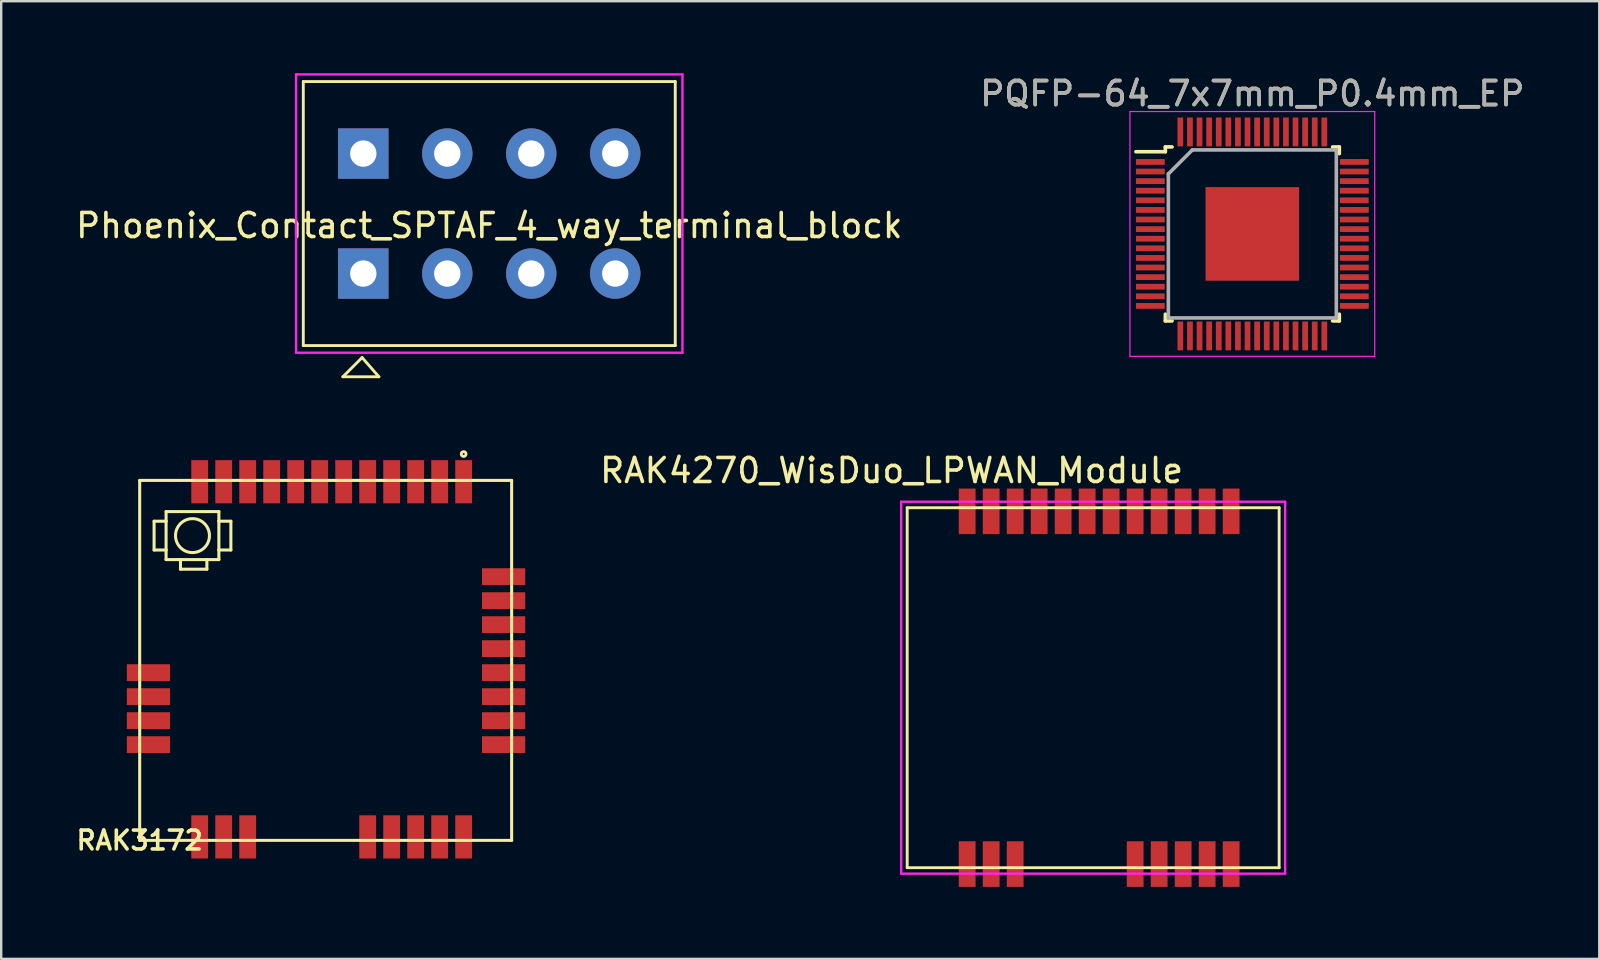
<source format=kicad_pcb>
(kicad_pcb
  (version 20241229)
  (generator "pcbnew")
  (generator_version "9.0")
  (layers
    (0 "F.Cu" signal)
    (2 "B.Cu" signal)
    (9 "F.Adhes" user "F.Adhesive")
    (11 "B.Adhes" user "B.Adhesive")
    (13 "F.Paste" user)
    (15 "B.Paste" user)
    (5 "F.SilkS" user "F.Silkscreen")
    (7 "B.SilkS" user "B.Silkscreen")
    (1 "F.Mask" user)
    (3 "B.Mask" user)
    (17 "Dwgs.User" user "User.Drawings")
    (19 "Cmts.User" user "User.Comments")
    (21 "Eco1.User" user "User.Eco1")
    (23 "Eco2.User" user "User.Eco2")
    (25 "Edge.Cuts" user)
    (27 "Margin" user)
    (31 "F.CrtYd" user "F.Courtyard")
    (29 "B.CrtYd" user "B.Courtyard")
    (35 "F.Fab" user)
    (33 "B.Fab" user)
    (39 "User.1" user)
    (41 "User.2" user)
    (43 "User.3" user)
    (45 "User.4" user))
  (footprint "RAK3172"
    (layer "F.Cu")
    (at 2.771 31.97)
    (property "Reference" "RAK3172" (at 0 0 0) (layer "F.SilkS") (effects (font (size 0.787 0.787) (thickness 0.15))))
    (attr smd)
    (fp_line (start 0 -15) (end 0 0) (stroke (width 0.127) (type solid)) (layer "F.SilkS"))
    (fp_line (start 0 0) (end 15.5 0) (stroke (width 0.127) (type solid)) (layer "F.SilkS"))
    (fp_line (start 0.6 -13.3) (end 1.1 -13.3) (stroke (width 0.127) (type solid)) (layer "F.SilkS"))
    (fp_line (start 0.6 -12.1) (end 0.6 -13.3) (stroke (width 0.127) (type solid)) (layer "F.SilkS"))
    (fp_line (start 1.1 -13.7) (end 3.3 -13.7) (stroke (width 0.127) (type solid)) (layer "F.SilkS"))
    (fp_line (start 1.1 -13.3) (end 1.1 -13.7) (stroke (width 0.127) (type solid)) (layer "F.SilkS"))
    (fp_line (start 1.1 -12.1) (end 0.6 -12.1) (stroke (width 0.127) (type solid)) (layer "F.SilkS"))
    (fp_line (start 1.1 -12.1) (end 1.1 -13.3) (stroke (width 0.127) (type solid)) (layer "F.SilkS"))
    (fp_line (start 1.1 -11.7) (end 1.1 -12.1) (stroke (width 0.127) (type solid)) (layer "F.SilkS"))
    (fp_line (start 1.7 -11.7) (end 1.1 -11.7) (stroke (width 0.127) (type solid)) (layer "F.SilkS"))
    (fp_line (start 1.7 -11.3) (end 1.7 -11.7) (stroke (width 0.127) (type solid)) (layer "F.SilkS"))
    (fp_line (start 1.7 -11.3) (end 2.8 -11.3) (stroke (width 0.127) (type solid)) (layer "F.SilkS"))
    (fp_line (start 2.8 -11.7) (end 1.7 -11.7) (stroke (width 0.127) (type solid)) (layer "F.SilkS"))
    (fp_line (start 2.8 -11.3) (end 2.8 -11.7) (stroke (width 0.127) (type solid)) (layer "F.SilkS"))
    (fp_line (start 3.3 -13.7) (end 3.3 -13.3) (stroke (width 0.127) (type solid)) (layer "F.SilkS"))
    (fp_line (start 3.3 -13.3) (end 3.3 -12.1) (stroke (width 0.127) (type solid)) (layer "F.SilkS"))
    (fp_line (start 3.3 -12.1) (end 3.3 -11.7) (stroke (width 0.127) (type solid)) (layer "F.SilkS"))
    (fp_line (start 3.3 -11.7) (end 2.8 -11.7) (stroke (width 0.127) (type solid)) (layer "F.SilkS"))
    (fp_line (start 3.8 -13.3) (end 3.3 -13.3) (stroke (width 0.127) (type solid)) (layer "F.SilkS"))
    (fp_line (start 3.8 -13.3) (end 3.8 -12.1) (stroke (width 0.127) (type solid)) (layer "F.SilkS"))
    (fp_line (start 3.8 -12.1) (end 3.3 -12.1) (stroke (width 0.127) (type solid)) (layer "F.SilkS"))
    (fp_line (start 15.5 -15) (end 0 -15) (stroke (width 0.127) (type solid)) (layer "F.SilkS"))
    (fp_line (start 15.5 0) (end 15.5 -15) (stroke (width 0.127) (type solid)) (layer "F.SilkS"))
    (fp_circle (center 2.2 -12.7) (end 2.907 -12.7) (stroke (width 0.127) (type solid)) (fill no) (layer "F.SilkS"))
    (fp_circle (center 13.5 -16.1) (end 13.6 -16.1) (stroke (width 0.12) (type solid)) (fill no) (layer "F.SilkS"))
    (pad "1" smd rect (at 13.5 -14.945 90) (size 1.8 0.7) (layers "F.Cu" "F.Mask" "F.Paste"))
    (pad "2" smd rect (at 12.5 -14.945 90) (size 1.8 0.7) (layers "F.Cu" "F.Mask" "F.Paste"))
    (pad "3" smd rect (at 11.5 -14.945 90) (size 1.8 0.7) (layers "F.Cu" "F.Mask" "F.Paste"))
    (pad "4" smd rect (at 10.5 -14.945 90) (size 1.8 0.7) (layers "F.Cu" "F.Mask" "F.Paste"))
    (pad "5" smd rect (at 9.5 -14.945 90) (size 1.8 0.7) (layers "F.Cu" "F.Mask" "F.Paste"))
    (pad "6" smd rect (at 8.5 -14.945 90) (size 1.8 0.7) (layers "F.Cu" "F.Mask" "F.Paste"))
    (pad "7" smd rect (at 7.5 -14.945 90) (size 1.8 0.7) (layers "F.Cu" "F.Mask" "F.Paste"))
    (pad "8" smd rect (at 6.5 -14.945 90) (size 1.8 0.7) (layers "F.Cu" "F.Mask" "F.Paste"))
    (pad "9" smd rect (at 5.5 -14.945 90) (size 1.8 0.7) (layers "F.Cu" "F.Mask" "F.Paste"))
    (pad "10" smd rect (at 4.5 -14.945 90) (size 1.8 0.7) (layers "F.Cu" "F.Mask" "F.Paste"))
    (pad "11" smd rect (at 3.5 -14.945 90) (size 1.8 0.7) (layers "F.Cu" "F.Mask" "F.Paste"))
    (pad "12" smd rect (at 2.5 -14.945 90) (size 1.8 0.7) (layers "F.Cu" "F.Mask" "F.Paste"))
    (pad "13" smd rect (at 0.365 -6.99 180) (size 1.8 0.7) (layers "F.Cu" "F.Mask" "F.Paste"))
    (pad "14" smd rect (at 0.365 -5.99 180) (size 1.8 0.7) (layers "F.Cu" "F.Mask" "F.Paste"))
    (pad "15" smd rect (at 0.365 -4.99 180) (size 1.8 0.7) (layers "F.Cu" "F.Mask" "F.Paste"))
    (pad "16" smd rect (at 0.365 -3.99 180) (size 1.8 0.7) (layers "F.Cu" "F.Mask" "F.Paste"))
    (pad "17" smd rect (at 2.5 -0.145 90) (size 1.8 0.7) (layers "F.Cu" "F.Mask" "F.Paste"))
    (pad "18" smd rect (at 3.5 -0.145 90) (size 1.8 0.7) (layers "F.Cu" "F.Mask" "F.Paste"))
    (pad "19" smd rect (at 4.5 -0.145 90) (size 1.8 0.7) (layers "F.Cu" "F.Mask" "F.Paste"))
    (pad "20" smd rect (at 9.5 -0.145 90) (size 1.8 0.7) (layers "F.Cu" "F.Mask" "F.Paste"))
    (pad "21" smd rect (at 10.5 -0.145 90) (size 1.8 0.7) (layers "F.Cu" "F.Mask" "F.Paste"))
    (pad "22" smd rect (at 11.5 -0.145 90) (size 1.8 0.7) (layers "F.Cu" "F.Mask" "F.Paste"))
    (pad "23" smd rect (at 12.5 -0.145 90) (size 1.8 0.7) (layers "F.Cu" "F.Mask" "F.Paste"))
    (pad "24" smd rect (at 13.5 -0.145 90) (size 1.8 0.7) (layers "F.Cu" "F.Mask" "F.Paste"))
    (pad "25" smd rect (at 15.165 -3.99 180) (size 1.8 0.7) (layers "F.Cu" "F.Mask" "F.Paste"))
    (pad "26" smd rect (at 15.165 -4.99 180) (size 1.8 0.7) (layers "F.Cu" "F.Mask" "F.Paste"))
    (pad "27" smd rect (at 15.165 -5.99 180) (size 1.8 0.7) (layers "F.Cu" "F.Mask" "F.Paste"))
    (pad "28" smd rect (at 15.165 -6.99 180) (size 1.8 0.7) (layers "F.Cu" "F.Mask" "F.Paste"))
    (pad "29" smd rect (at 15.165 -7.99 180) (size 1.8 0.7) (layers "F.Cu" "F.Mask" "F.Paste"))
    (pad "30" smd rect (at 15.165 -8.99 180) (size 1.8 0.7) (layers "F.Cu" "F.Mask" "F.Paste"))
    (pad "31" smd rect (at 15.165 -9.99 180) (size 1.8 0.7) (layers "F.Cu" "F.Mask" "F.Paste"))
    (pad "32" smd rect (at 15.165 -10.99 180) (size 1.8 0.7) (layers "F.Cu" "F.Mask" "F.Paste")))
  (footprint "Phoenix_Contact_SPTAF_4_way_terminal_block"
    (layer "F.Cu")
    (at 17.339 5.85)
    (property "Reference" "Phoenix_Contact_SPTAF_4_way_terminal_block" (at 0 0.5 0) (layer "F.SilkS") (effects (font (size 1 1) (thickness 0.15))))
    (attr through_hole)
    (fp_line (start -7.75 -5.5) (end 7.75 -5.5) (stroke (width 0.12) (type solid)) (layer "F.SilkS"))
    (fp_line (start -7.75 5.5) (end -7.75 -5.5) (stroke (width 0.12) (type solid)) (layer "F.SilkS"))
    (fp_line (start -7.75 5.5) (end 7.75 5.5) (stroke (width 0.12) (type solid)) (layer "F.SilkS"))
    (fp_line (start -6.1 6.8) (end -4.6 6.8) (stroke (width 0.12) (type solid)) (layer "F.SilkS"))
    (fp_line (start -5.3 6) (end -6.1 6.8) (stroke (width 0.12) (type solid)) (layer "F.SilkS"))
    (fp_line (start -4.6 6.8) (end -5.3 6) (stroke (width 0.12) (type solid)) (layer "F.SilkS"))
    (fp_line (start 7.75 5.5) (end 7.75 -5.5) (stroke (width 0.12) (type solid)) (layer "F.SilkS"))
    (fp_line (start -8.05 -5.8) (end 8.05 -5.8) (stroke (width 0.1) (type solid)) (layer "F.CrtYd"))
    (fp_line (start -8.05 5.8) (end -8.05 -5.8) (stroke (width 0.1) (type solid)) (layer "F.CrtYd"))
    (fp_line (start -8.05 5.8) (end 8.05 5.8) (stroke (width 0.1) (type solid)) (layer "F.CrtYd"))
    (fp_line (start 8.05 5.8) (end 8.05 -5.8) (stroke (width 0.1) (type solid)) (layer "F.CrtYd"))
    (pad "1" thru_hole rect (at -5.25 -2.5) (size 2.1 2.1) (drill 1.1) (layers "*.Cu" "*.Mask"))
    (pad "1" thru_hole rect (at -5.25 2.5) (size 2.1 2.1) (drill 1.1) (layers "*.Cu" "*.Mask"))
    (pad "2" thru_hole circle (at -1.75 -2.5) (size 2.1 2.1) (drill 1.1) (layers "*.Cu" "*.Mask"))
    (pad "2" thru_hole circle (at -1.75 2.5) (size 2.1 2.1) (drill 1.1) (layers "*.Cu" "*.Mask"))
    (pad "3" thru_hole circle (at 1.75 -2.5) (size 2.1 2.1) (drill 1.1) (layers "*.Cu" "*.Mask"))
    (pad "3" thru_hole circle (at 1.75 2.5) (size 2.1 2.1) (drill 1.1) (layers "*.Cu" "*.Mask"))
    (pad "4" thru_hole circle (at 5.25 -2.5) (size 2.1 2.1) (drill 1.1) (layers "*.Cu" "*.Mask"))
    (pad "4" thru_hole circle (at 5.25 2.5) (size 2.1 2.1) (drill 1.1) (layers "*.Cu" "*.Mask")))
  (footprint "PQFP-64_7x7mm_P0.4mm_EP"
    (layer "F.Cu")
    (at 49.137 6.698)
    (property "Reference" "PQFP-64_7x7mm_P0.4mm_EP" (at 0 -5.85 0) (layer "F.SilkS") (effects (font (size 1 1) (thickness 0.15))))
    (attr smd)
    (fp_line (start -3.625 -3.625) (end -3.625 -3.425) (stroke (width 0.15) (type solid)) (layer "F.SilkS"))
    (fp_line (start -3.625 -3.625) (end -3.345 -3.625) (stroke (width 0.15) (type solid)) (layer "F.SilkS"))
    (fp_line (start -3.625 -3.425) (end -4.85 -3.425) (stroke (width 0.15) (type solid)) (layer "F.SilkS"))
    (fp_line (start -3.625 3.625) (end -3.625 3.345) (stroke (width 0.15) (type solid)) (layer "F.SilkS"))
    (fp_line (start -3.625 3.625) (end -3.345 3.625) (stroke (width 0.15) (type solid)) (layer "F.SilkS"))
    (fp_line (start 3.625 -3.625) (end 3.345 -3.625) (stroke (width 0.15) (type solid)) (layer "F.SilkS"))
    (fp_line (start 3.625 -3.625) (end 3.625 -3.345) (stroke (width 0.15) (type solid)) (layer "F.SilkS"))
    (fp_line (start 3.625 3.625) (end 3.345 3.625) (stroke (width 0.15) (type solid)) (layer "F.SilkS"))
    (fp_line (start 3.625 3.625) (end 3.625 3.345) (stroke (width 0.15) (type solid)) (layer "F.SilkS"))
    (fp_line (start -5.1 -5.1) (end -5.1 5.1) (stroke (width 0.05) (type solid)) (layer "F.CrtYd"))
    (fp_line (start -5.1 -5.1) (end 5.1 -5.1) (stroke (width 0.05) (type solid)) (layer "F.CrtYd"))
    (fp_line (start -5.1 5.1) (end 5.1 5.1) (stroke (width 0.05) (type solid)) (layer "F.CrtYd"))
    (fp_line (start 5.1 -5.1) (end 5.1 5.1) (stroke (width 0.05) (type solid)) (layer "F.CrtYd"))
    (fp_line (start -3.5 -2.5) (end -2.5 -3.5) (stroke (width 0.15) (type solid)) (layer "F.Fab"))
    (fp_line (start -3.5 3.5) (end -3.5 -2.5) (stroke (width 0.15) (type solid)) (layer "F.Fab"))
    (fp_line (start -2.5 -3.5) (end 3.5 -3.5) (stroke (width 0.15) (type solid)) (layer "F.Fab"))
    (fp_line (start 3.5 -3.5) (end 3.5 3.5) (stroke (width 0.15) (type solid)) (layer "F.Fab"))
    (fp_line (start 3.5 3.5) (end -3.5 3.5) (stroke (width 0.15) (type solid)) (layer "F.Fab"))
    (fp_text user "${REFERENCE}" (at 0 -5.842 0) (layer "F.Fab") (effects (font (size 1 1) (thickness 0.15))))
    (pad "" smd rect (at -0.965 -0.991) (size 1.6 1.6) (layers "F.Cu" "F.Paste"))
    (pad "" smd rect (at -0.965 0.965) (size 1.6 1.6) (layers "F.Cu" "F.Paste"))
    (pad "" smd rect (at 0.965 0.965) (size 1.6 1.6) (layers "F.Cu" "F.Paste"))
    (pad "" smd rect (at 0.991 -0.991) (size 1.6 1.6) (layers "F.Cu" "F.Paste"))
    (pad "1" smd rect (at -4.25 -3) (size 1.2 0.24) (layers "F.Cu" "F.Mask" "F.Paste"))
    (pad "2" smd rect (at -4.25 -2.6) (size 1.2 0.24) (layers "F.Cu" "F.Mask" "F.Paste"))
    (pad "3" smd rect (at -4.25 -2.2) (size 1.2 0.24) (layers "F.Cu" "F.Mask" "F.Paste"))
    (pad "4" smd rect (at -4.25 -1.8) (size 1.2 0.24) (layers "F.Cu" "F.Mask" "F.Paste"))
    (pad "5" smd rect (at -4.25 -1.4) (size 1.2 0.24) (layers "F.Cu" "F.Mask" "F.Paste"))
    (pad "6" smd rect (at -4.25 -1) (size 1.2 0.24) (layers "F.Cu" "F.Mask" "F.Paste"))
    (pad "7" smd rect (at -4.25 -0.6) (size 1.2 0.24) (layers "F.Cu" "F.Mask" "F.Paste"))
    (pad "8" smd rect (at -4.25 -0.2) (size 1.2 0.24) (layers "F.Cu" "F.Mask" "F.Paste"))
    (pad "9" smd rect (at -4.25 0.2) (size 1.2 0.24) (layers "F.Cu" "F.Mask" "F.Paste"))
    (pad "10" smd rect (at -4.25 0.6) (size 1.2 0.24) (layers "F.Cu" "F.Mask" "F.Paste"))
    (pad "11" smd rect (at -4.25 1) (size 1.2 0.24) (layers "F.Cu" "F.Mask" "F.Paste"))
    (pad "12" smd rect (at -4.25 1.4) (size 1.2 0.24) (layers "F.Cu" "F.Mask" "F.Paste"))
    (pad "13" smd rect (at -4.25 1.8) (size 1.2 0.24) (layers "F.Cu" "F.Mask" "F.Paste"))
    (pad "14" smd rect (at -4.25 2.2) (size 1.2 0.24) (layers "F.Cu" "F.Mask" "F.Paste"))
    (pad "15" smd rect (at -4.25 2.6) (size 1.2 0.24) (layers "F.Cu" "F.Mask" "F.Paste"))
    (pad "16" smd rect (at -4.25 3) (size 1.2 0.24) (layers "F.Cu" "F.Mask" "F.Paste"))
    (pad "17" smd rect (at -3 4.25 90) (size 1.2 0.24) (layers "F.Cu" "F.Mask" "F.Paste"))
    (pad "18" smd rect (at -2.6 4.25 90) (size 1.2 0.24) (layers "F.Cu" "F.Mask" "F.Paste"))
    (pad "19" smd rect (at -2.2 4.25 90) (size 1.2 0.24) (layers "F.Cu" "F.Mask" "F.Paste"))
    (pad "20" smd rect (at -1.8 4.25 90) (size 1.2 0.24) (layers "F.Cu" "F.Mask" "F.Paste"))
    (pad "21" smd rect (at -1.4 4.25 90) (size 1.2 0.24) (layers "F.Cu" "F.Mask" "F.Paste"))
    (pad "22" smd rect (at -1 4.25 90) (size 1.2 0.24) (layers "F.Cu" "F.Mask" "F.Paste"))
    (pad "23" smd rect (at -0.6 4.25 90) (size 1.2 0.24) (layers "F.Cu" "F.Mask" "F.Paste"))
    (pad "24" smd rect (at -0.2 4.25 90) (size 1.2 0.24) (layers "F.Cu" "F.Mask" "F.Paste"))
    (pad "25" smd rect (at 0.2 4.25 90) (size 1.2 0.24) (layers "F.Cu" "F.Mask" "F.Paste"))
    (pad "26" smd rect (at 0.6 4.25 90) (size 1.2 0.24) (layers "F.Cu" "F.Mask" "F.Paste"))
    (pad "27" smd rect (at 1 4.25 90) (size 1.2 0.24) (layers "F.Cu" "F.Mask" "F.Paste"))
    (pad "28" smd rect (at 1.4 4.25 90) (size 1.2 0.24) (layers "F.Cu" "F.Mask" "F.Paste"))
    (pad "29" smd rect (at 1.8 4.25 90) (size 1.2 0.24) (layers "F.Cu" "F.Mask" "F.Paste"))
    (pad "30" smd rect (at 2.2 4.25 90) (size 1.2 0.24) (layers "F.Cu" "F.Mask" "F.Paste"))
    (pad "31" smd rect (at 2.6 4.25 90) (size 1.2 0.24) (layers "F.Cu" "F.Mask" "F.Paste"))
    (pad "32" smd rect (at 3 4.25 90) (size 1.2 0.24) (layers "F.Cu" "F.Mask" "F.Paste"))
    (pad "33" smd rect (at 4.25 3) (size 1.2 0.24) (layers "F.Cu" "F.Mask" "F.Paste"))
    (pad "34" smd rect (at 4.25 2.6) (size 1.2 0.24) (layers "F.Cu" "F.Mask" "F.Paste"))
    (pad "35" smd rect (at 4.25 2.2) (size 1.2 0.24) (layers "F.Cu" "F.Mask" "F.Paste"))
    (pad "36" smd rect (at 4.25 1.8) (size 1.2 0.24) (layers "F.Cu" "F.Mask" "F.Paste"))
    (pad "37" smd rect (at 4.25 1.4) (size 1.2 0.24) (layers "F.Cu" "F.Mask" "F.Paste"))
    (pad "38" smd rect (at 4.25 1) (size 1.2 0.24) (layers "F.Cu" "F.Mask" "F.Paste"))
    (pad "39" smd rect (at 4.25 0.6) (size 1.2 0.24) (layers "F.Cu" "F.Mask" "F.Paste"))
    (pad "40" smd rect (at 4.25 0.2) (size 1.2 0.24) (layers "F.Cu" "F.Mask" "F.Paste"))
    (pad "41" smd rect (at 4.25 -0.2) (size 1.2 0.24) (layers "F.Cu" "F.Mask" "F.Paste"))
    (pad "42" smd rect (at 4.25 -0.6) (size 1.2 0.24) (layers "F.Cu" "F.Mask" "F.Paste"))
    (pad "43" smd rect (at 4.25 -1) (size 1.2 0.24) (layers "F.Cu" "F.Mask" "F.Paste"))
    (pad "44" smd rect (at 4.25 -1.4) (size 1.2 0.24) (layers "F.Cu" "F.Mask" "F.Paste"))
    (pad "45" smd rect (at 4.25 -1.8) (size 1.2 0.24) (layers "F.Cu" "F.Mask" "F.Paste"))
    (pad "46" smd rect (at 4.25 -2.2) (size 1.2 0.24) (layers "F.Cu" "F.Mask" "F.Paste"))
    (pad "47" smd rect (at 4.25 -2.6) (size 1.2 0.24) (layers "F.Cu" "F.Mask" "F.Paste"))
    (pad "48" smd rect (at 4.25 -3) (size 1.2 0.24) (layers "F.Cu" "F.Mask" "F.Paste"))
    (pad "49" smd rect (at 3 -4.25 90) (size 1.2 0.24) (layers "F.Cu" "F.Mask" "F.Paste"))
    (pad "50" smd rect (at 2.6 -4.25 90) (size 1.2 0.24) (layers "F.Cu" "F.Mask" "F.Paste"))
    (pad "51" smd rect (at 2.2 -4.25 90) (size 1.2 0.24) (layers "F.Cu" "F.Mask" "F.Paste"))
    (pad "52" smd rect (at 1.8 -4.25 90) (size 1.2 0.24) (layers "F.Cu" "F.Mask" "F.Paste"))
    (pad "53" smd rect (at 1.4 -4.25 90) (size 1.2 0.24) (layers "F.Cu" "F.Mask" "F.Paste"))
    (pad "54" smd rect (at 1 -4.25 90) (size 1.2 0.24) (layers "F.Cu" "F.Mask" "F.Paste"))
    (pad "55" smd rect (at 0.6 -4.25 90) (size 1.2 0.24) (layers "F.Cu" "F.Mask" "F.Paste"))
    (pad "56" smd rect (at 0.2 -4.25 90) (size 1.2 0.24) (layers "F.Cu" "F.Mask" "F.Paste"))
    (pad "57" smd rect (at -0.2 -4.25 90) (size 1.2 0.24) (layers "F.Cu" "F.Mask" "F.Paste"))
    (pad "58" smd rect (at -0.6 -4.25 90) (size 1.2 0.24) (layers "F.Cu" "F.Mask" "F.Paste"))
    (pad "59" smd rect (at -1 -4.25 90) (size 1.2 0.24) (layers "F.Cu" "F.Mask" "F.Paste"))
    (pad "60" smd rect (at -1.4 -4.25 90) (size 1.2 0.24) (layers "F.Cu" "F.Mask" "F.Paste"))
    (pad "61" smd rect (at -1.8 -4.25 90) (size 1.2 0.24) (layers "F.Cu" "F.Mask" "F.Paste"))
    (pad "62" smd rect (at -2.2 -4.25 90) (size 1.2 0.24) (layers "F.Cu" "F.Mask" "F.Paste"))
    (pad "63" smd rect (at -2.6 -4.25 90) (size 1.2 0.24) (layers "F.Cu" "F.Mask" "F.Paste"))
    (pad "64" smd rect (at -3 -4.25 90) (size 1.2 0.24) (layers "F.Cu" "F.Mask" "F.Paste"))
    (pad "65" smd rect (at 0 0) (size 3.9 3.9) (layers "F.Cu" "F.Mask")))
  (footprint "RAK4270_WisDuo_LPWAN_Module"
    (layer "F.Cu")
    (at 42.504 25.608)
    (property "Reference" "RAK4270_WisDuo_LPWAN_Module" (at -8.4 -9.05 0) (layer "F.SilkS") (effects (font (size 1 1) (thickness 0.15))))
    (attr through_hole)
    (fp_line (start -7.75 -7.5) (end 7.75 -7.5) (stroke (width 0.12) (type solid)) (layer "F.SilkS"))
    (fp_line (start -7.75 7.5) (end -7.75 -7.5) (stroke (width 0.12) (type solid)) (layer "F.SilkS"))
    (fp_line (start -7.75 7.5) (end 7.75 7.5) (stroke (width 0.12) (type solid)) (layer "F.SilkS"))
    (fp_line (start 7.75 -7.5) (end 7.75 7.5) (stroke (width 0.12) (type solid)) (layer "F.SilkS"))
    (fp_line (start -8 -7.75) (end 8 -7.75) (stroke (width 0.1) (type solid)) (layer "F.CrtYd"))
    (fp_line (start -8 7.75) (end -8 -7.75) (stroke (width 0.1) (type solid)) (layer "F.CrtYd"))
    (fp_line (start 8 -7.75) (end 8 7.75) (stroke (width 0.1) (type solid)) (layer "F.CrtYd"))
    (fp_line (start 8 7.75) (end -8 7.75) (stroke (width 0.1) (type solid)) (layer "F.CrtYd"))
    (pad "1" smd rect (at 5.75 -7.35) (size 0.7 1.9) (layers "F.Cu" "F.Mask" "F.Paste"))
    (pad "2" smd rect (at 4.75 -7.35) (size 0.7 1.9) (layers "F.Cu" "F.Mask" "F.Paste"))
    (pad "3" smd rect (at 3.75 -7.35) (size 0.7 1.9) (layers "F.Cu" "F.Mask" "F.Paste"))
    (pad "4" smd rect (at 2.75 -7.35) (size 0.7 1.9) (layers "F.Cu" "F.Mask" "F.Paste"))
    (pad "5" smd rect (at 1.75 -7.35) (size 0.7 1.9) (layers "F.Cu" "F.Mask" "F.Paste"))
    (pad "6" smd rect (at 0.75 -7.35) (size 0.7 1.9) (layers "F.Cu" "F.Mask" "F.Paste"))
    (pad "7" smd rect (at -0.25 -7.35) (size 0.7 1.9) (layers "F.Cu" "F.Mask" "F.Paste"))
    (pad "8" smd rect (at -1.25 -7.35) (size 0.7 1.9) (layers "F.Cu" "F.Mask" "F.Paste"))
    (pad "9" smd rect (at -2.25 -7.35) (size 0.7 1.9) (layers "F.Cu" "F.Mask" "F.Paste"))
    (pad "10" smd rect (at -3.25 -7.35) (size 0.7 1.9) (layers "F.Cu" "F.Mask" "F.Paste"))
    (pad "11" smd rect (at -4.25 -7.35) (size 0.7 1.9) (layers "F.Cu" "F.Mask" "F.Paste"))
    (pad "12" smd rect (at -5.25 -7.35) (size 0.7 1.9) (layers "F.Cu" "F.Mask" "F.Paste"))
    (pad "13" smd rect (at -5.25 7.35) (size 0.7 1.9) (layers "F.Cu" "F.Mask" "F.Paste"))
    (pad "14" smd rect (at -4.25 7.35) (size 0.7 1.9) (layers "F.Cu" "F.Mask" "F.Paste"))
    (pad "15" smd rect (at -3.25 7.35) (size 0.7 1.9) (layers "F.Cu" "F.Mask" "F.Paste"))
    (pad "16" smd rect (at 1.75 7.35) (size 0.7 1.9) (layers "F.Cu" "F.Mask" "F.Paste"))
    (pad "17" smd rect (at 2.75 7.35) (size 0.7 1.9) (layers "F.Cu" "F.Mask" "F.Paste"))
    (pad "18" smd rect (at 3.75 7.35) (size 0.7 1.9) (layers "F.Cu" "F.Mask" "F.Paste"))
    (pad "19" smd rect (at 4.75 7.35) (size 0.7 1.9) (layers "F.Cu" "F.Mask" "F.Paste"))
    (pad "20" smd rect (at 5.75 7.35) (size 0.7 1.9) (layers "F.Cu" "F.Mask" "F.Paste")))
  (gr_rect
    (start -3 -3)
    (end 63.595 36.908)
    (stroke (width 0.1) (type default))
    (fill no)
    (layer "Edge.Cuts")))
</source>
